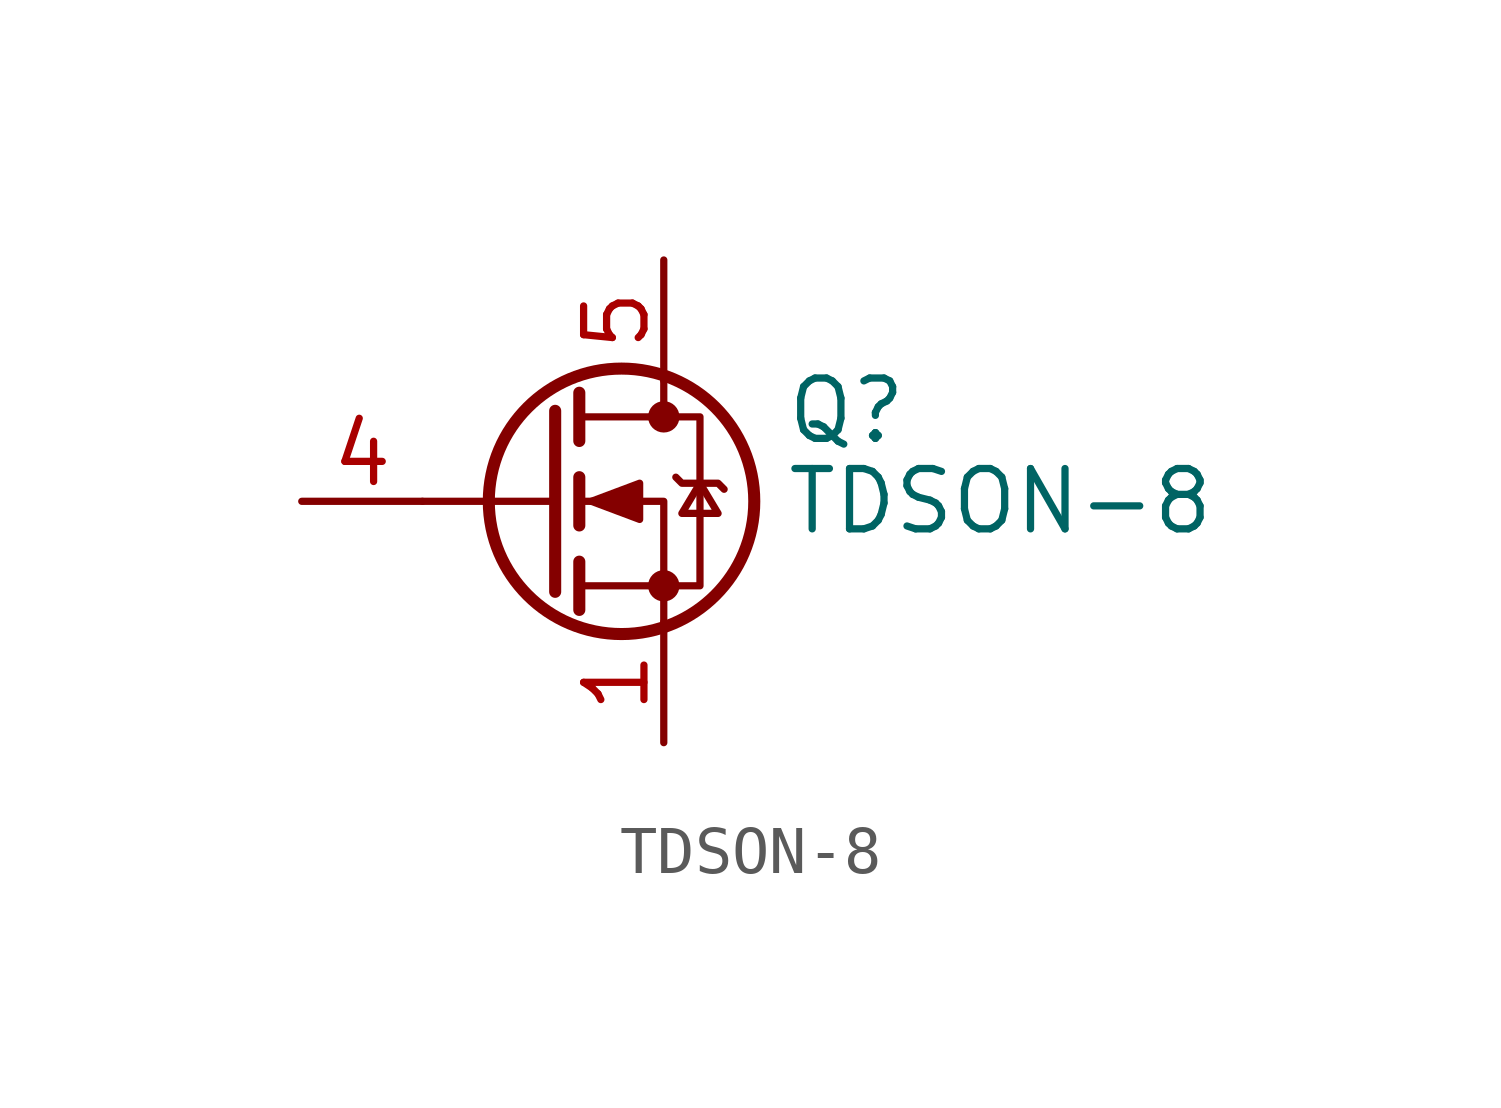
<source format=kicad_sym>
(kicad_symbol_lib
  (version 20220914)
  (generator kicad_symbol_editor)
  (symbol "TDSON-8"
    (pin_names hide)
    (property "Reference" "Q"
      (at 5.08 1.905 0)
      (effects (font (size 1.27 1.27)) (justify left)))
    (property "Value" "TDSON-8"
      (at 5.08 0 0)
      (effects (font (size 1.27 1.27)) (justify left)))
    (symbol "TDSON-8_0_1"
      (polyline (pts (xy 0.254 0) (xy -2.54 0)) (stroke (width 0) (type default)) (fill (type none)))
      (polyline (pts (xy 0.254 1.905) (xy 0.254 -1.905)) (stroke (width 0.254) (type default)) (fill (type none)))
      (polyline (pts (xy 0.762 -1.27) (xy 0.762 -2.286)) (stroke (width 0.254) (type default)) (fill (type none)))
      (polyline (pts (xy 0.762 0.508) (xy 0.762 -0.508)) (stroke (width 0.254) (type default)) (fill (type none)))
      (polyline (pts (xy 0.762 2.286) (xy 0.762 1.27)) (stroke (width 0.254) (type default)) (fill (type none)))
      (polyline (pts (xy 2.54 2.54) (xy 2.54 1.778)) (stroke (width 0) (type default)) (fill (type none)))
      (polyline (pts (xy 2.54 -2.54) (xy 2.54 0) (xy 0.762 0)) (stroke (width 0) (type default)) (fill (type none)))
      (polyline (pts (xy 0.762 -1.778) (xy 3.302 -1.778) (xy 3.302 1.778) (xy 0.762 1.778)) (stroke (width 0) (type default)) (fill (type none)))
      (polyline (pts (xy 1.016 0) (xy 2.032 0.381) (xy 2.032 -0.381) (xy 1.016 0)) (stroke (width 0) (type default)) (fill (type outline)))
      (polyline (pts (xy 2.794 0.508) (xy 2.921 0.381) (xy 3.683 0.381) (xy 3.81 0.254)) (stroke (width 0) (type default)) (fill (type none)))
      (polyline (pts (xy 3.302 0.381) (xy 2.921 -0.254) (xy 3.683 -0.254) (xy 3.302 0.381)) (stroke (width 0) (type default)) (fill (type none)))
      (circle (center 1.651 0) (radius 2.794) (stroke (width 0.254) (type default)) (fill (type none)))
      (circle (center 2.54 -1.778) (radius 0.254) (stroke (width 0) (type default)) (fill (type outline)))
      (circle (center 2.54 1.778) (radius 0.254) (stroke (width 0) (type default)) (fill (type outline))))
    (symbol "TDSON-8_1_1"
      (pin passive line (at 2.54 -5.08 90) (length 2.54) (name "S" (effects (font (size 1.27 1.27)))) (number "1" (effects (font (size 1.27 1.27)))))
      (pin passive line (at -5.08 0 0) (length 2.54) (name "G" (effects (font (size 1.27 1.27)))) (number "4" (effects (font (size 1.27 1.27)))))
      (pin passive line (at 2.54 5.08 270) (length 2.54) (name "D" (effects (font (size 1.27 1.27)))) (number "5" (effects (font (size 1.27 1.27))))))))
</source>
